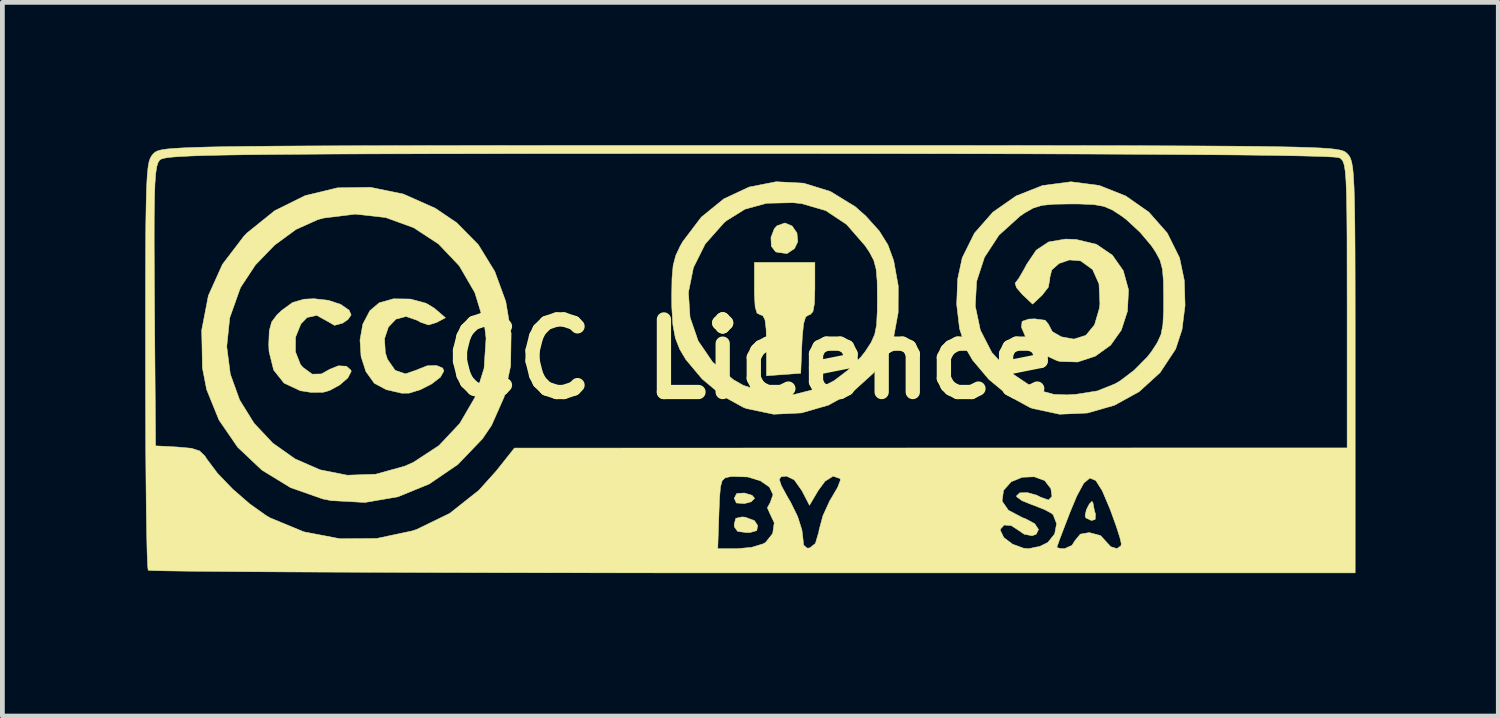
<source format=kicad_pcb>
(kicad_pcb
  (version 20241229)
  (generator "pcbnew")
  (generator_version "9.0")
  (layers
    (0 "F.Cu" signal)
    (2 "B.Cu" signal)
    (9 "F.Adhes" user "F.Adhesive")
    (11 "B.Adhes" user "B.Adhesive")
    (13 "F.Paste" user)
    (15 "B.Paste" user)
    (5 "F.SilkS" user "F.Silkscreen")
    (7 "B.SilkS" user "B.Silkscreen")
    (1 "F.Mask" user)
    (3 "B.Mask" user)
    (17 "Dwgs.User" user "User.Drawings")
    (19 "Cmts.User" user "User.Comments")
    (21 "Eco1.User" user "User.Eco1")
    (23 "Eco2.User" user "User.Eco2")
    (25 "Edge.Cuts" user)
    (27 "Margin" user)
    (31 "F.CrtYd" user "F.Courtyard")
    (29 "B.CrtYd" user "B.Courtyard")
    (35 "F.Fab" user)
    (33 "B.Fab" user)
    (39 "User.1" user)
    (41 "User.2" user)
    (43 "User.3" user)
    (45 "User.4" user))
  (footprint "CC Licence"
    (layer "F.Cu")
    (at 12.705 4.492)
    (property "Reference" "CC Licence" (at 0 0 0) (layer "F.SilkS") (effects (font (size 1.524 1.524) (thickness 0.3))))
    (attr through_hole)
    (fp_poly (pts (xy 0.036 2.858) (xy 0.09 2.921) (xy 0.017 2.994) (xy -0.124 3.032) (xy -0.293 3.019) (xy -0.339 2.921) (xy -0.285 2.819) (xy -0.124 2.81) (xy 0.036 2.858)) (stroke (width 0.01) (type solid)) (fill yes) (layer "F.SilkS"))
    (fp_poly (pts (xy 7.195 3.02) (xy 7.225 3.184) (xy 7.248 3.253) (xy 7.24 3.366) (xy 7.163 3.387) (xy 7.046 3.333) (xy 7.029 3.281) (xy 7.057 3.159) (xy 7.117 3.042) (xy 7.174 2.984) (xy 7.195 3.02)) (stroke (width 0.01) (type solid)) (fill yes) (layer "F.SilkS"))
    (fp_poly (pts (xy -0.107 3.318) (xy 0.086 3.39) (xy 0.154 3.493) (xy 0.135 3.599) (xy -0.001 3.638) (xy -0.078 3.641) (xy -0.266 3.616) (xy -0.335 3.522) (xy -0.339 3.466) (xy -0.305 3.341) (xy -0.174 3.312) (xy -0.107 3.318)) (stroke (width 0.01) (type solid)) (fill yes) (layer "F.SilkS"))
    (fp_poly (pts (xy 0.878 -2.796) (xy 0.979 -2.65) (xy 0.996 -2.467) (xy 0.928 -2.324) (xy 0.77 -2.217) (xy 0.557 -2.247) (xy 0.529 -2.257) (xy 0.441 -2.371) (xy 0.433 -2.556) (xy 0.503 -2.739) (xy 0.557 -2.8) (xy 0.726 -2.86) (xy 0.878 -2.796)) (stroke (width 0.01) (type solid)) (fill yes) (layer "F.SilkS"))
    (fp_poly (pts (xy 1.355 -1.482) (xy 1.346 -1.171) (xy 1.314 -0.998) (xy 1.254 -0.934) (xy 1.231 -0.931) (xy 1.162 -0.889) (xy 1.118 -0.744) (xy 1.091 -0.469) (xy 1.083 -0.318) (xy 1.058 0.296) (xy 0.699 0.322) (xy 0.339 0.348) (xy 0.339 -0.291) (xy 0.332 -0.628) (xy 0.308 -0.826) (xy 0.261 -0.916) (xy 0.212 -0.931) (xy 0.14 -0.968) (xy 0.101 -1.099) (xy 0.086 -1.357) (xy 0.085 -1.482) (xy 0.085 -2.032) (xy 1.355 -2.032) (xy 1.355 -1.482)) (stroke (width 0.01) (type solid)) (fill yes) (layer "F.SilkS"))
    (fp_poly (pts (xy -7.138 -1.263) (xy -6.807 -1.174) (xy -6.635 -1.07) (xy -6.402 -0.87) (xy -6.587 -0.771) (xy -6.758 -0.719) (xy -6.932 -0.779) (xy -6.988 -0.814) (xy -7.229 -0.897) (xy -7.44 -0.841) (xy -7.599 -0.676) (xy -7.681 -0.431) (xy -7.664 -0.136) (xy -7.619 0.003) (xy -7.458 0.234) (xy -7.241 0.308) (xy -6.986 0.22) (xy -6.977 0.214) (xy -6.787 0.139) (xy -6.593 0.131) (xy -6.46 0.186) (xy -6.435 0.247) (xy -6.508 0.378) (xy -6.691 0.519) (xy -6.928 0.64) (xy -7.164 0.713) (xy -7.324 0.714) (xy -7.464 0.681) (xy -7.644 0.64) (xy -7.894 0.507) (xy -8.072 0.26) (xy -8.174 -0.057) (xy -8.196 -0.404) (xy -8.136 -0.738) (xy -7.988 -1.019) (xy -7.794 -1.183) (xy -7.493 -1.268) (xy -7.138 -1.263)) (stroke (width 0.01) (type solid)) (fill yes) (layer "F.SilkS"))
    (fp_poly (pts (xy -8.859 -1.236) (xy -8.598 -1.149) (xy -8.425 -1.028) (xy -8.382 -0.93) (xy -8.448 -0.834) (xy -8.558 -0.758) (xy -8.732 -0.711) (xy -8.883 -0.798) (xy -9.104 -0.92) (xy -9.308 -0.875) (xy -9.436 -0.743) (xy -9.549 -0.463) (xy -9.551 -0.154) (xy -9.446 0.112) (xy -9.398 0.169) (xy -9.2 0.314) (xy -9.007 0.31) (xy -8.831 0.212) (xy -8.65 0.139) (xy -8.48 0.148) (xy -8.386 0.231) (xy -8.382 0.26) (xy -8.452 0.394) (xy -8.622 0.541) (xy -8.834 0.657) (xy -8.965 0.694) (xy -9.224 0.697) (xy -9.45 0.662) (xy -9.791 0.502) (xy -10.009 0.228) (xy -10.106 -0.163) (xy -10.112 -0.31) (xy -10.101 -0.596) (xy -10.051 -0.781) (xy -9.937 -0.933) (xy -9.838 -1.026) (xy -9.612 -1.19) (xy -9.371 -1.26) (xy -9.162 -1.27) (xy -8.859 -1.236)) (stroke (width 0.01) (type solid)) (fill yes) (layer "F.SilkS"))
    (fp_poly (pts (xy 6.837 -2.515) (xy 7.267 -2.412) (xy 7.602 -2.184) (xy 7.831 -1.858) (xy 7.941 -1.458) (xy 7.919 -1.009) (xy 7.79 -0.611) (xy 7.565 -0.294) (xy 7.243 -0.063) (xy 6.872 0.059) (xy 6.501 0.048) (xy 6.435 0.029) (xy 6.061 -0.144) (xy 5.826 -0.379) (xy 5.792 -0.437) (xy 5.693 -0.669) (xy 5.706 -0.794) (xy 5.846 -0.842) (xy 5.969 -0.847) (xy 6.19 -0.818) (xy 6.265 -0.728) (xy 6.265 -0.723) (xy 6.341 -0.578) (xy 6.533 -0.469) (xy 6.788 -0.423) (xy 6.797 -0.423) (xy 7.046 -0.501) (xy 7.227 -0.721) (xy 7.329 -1.067) (xy 7.34 -1.163) (xy 7.321 -1.581) (xy 7.187 -1.882) (xy 6.942 -2.06) (xy 6.926 -2.066) (xy 6.7 -2.084) (xy 6.483 -2.01) (xy 6.329 -1.874) (xy 6.287 -1.705) (xy 6.29 -1.692) (xy 6.258 -1.513) (xy 6.129 -1.346) (xy 5.927 -1.156) (xy 5.714 -1.356) (xy 5.59 -1.5) (xy 5.559 -1.595) (xy 5.566 -1.603) (xy 5.641 -1.703) (xy 5.753 -1.897) (xy 5.8 -1.988) (xy 6.004 -2.29) (xy 6.264 -2.462) (xy 6.616 -2.522) (xy 6.837 -2.515)) (stroke (width 0.01) (type solid)) (fill yes) (layer "F.SilkS"))
    (fp_poly (pts (xy -7.285 -3.467) (xy -6.616 -3.17) (xy -6.167 -2.866) (xy -5.711 -2.404) (xy -5.366 -1.842) (xy -5.135 -1.211) (xy -5.023 -0.541) (xy -5.033 0.137) (xy -5.169 0.791) (xy -5.434 1.391) (xy -5.624 1.671) (xy -6.142 2.211) (xy -6.742 2.62) (xy -7.399 2.889) (xy -8.092 3.008) (xy -8.797 2.97) (xy -8.975 2.935) (xy -9.654 2.697) (xy -10.257 2.328) (xy -10.765 1.848) (xy -11.157 1.277) (xy -11.416 0.638) (xy -11.505 0.182) (xy -11.513 -0.266) (xy -10.994 -0.266) (xy -10.919 0.314) (xy -10.723 0.857) (xy -10.421 1.344) (xy -10.028 1.762) (xy -9.56 2.093) (xy -9.034 2.323) (xy -8.464 2.436) (xy -7.866 2.415) (xy -7.256 2.246) (xy -7.076 2.166) (xy -6.537 1.813) (xy -6.1 1.348) (xy -5.78 0.798) (xy -5.591 0.193) (xy -5.549 -0.438) (xy -5.586 -0.747) (xy -5.785 -1.399) (xy -6.112 -1.961) (xy -6.547 -2.419) (xy -7.069 -2.761) (xy -7.659 -2.975) (xy -8.295 -3.046) (xy -8.958 -2.964) (xy -9.081 -2.931) (xy -9.539 -2.725) (xy -9.991 -2.394) (xy -10.392 -1.979) (xy -10.696 -1.518) (xy -10.714 -1.481) (xy -10.931 -0.87) (xy -10.994 -0.266) (xy -11.513 -0.266) (xy -11.52 -0.609) (xy -11.38 -1.334) (xy -11.084 -1.992) (xy -10.635 -2.581) (xy -10.566 -2.652) (xy -9.987 -3.118) (xy -9.349 -3.434) (xy -8.672 -3.598) (xy -7.978 -3.609) (xy -7.285 -3.467)) (stroke (width 0.01) (type solid)) (fill yes) (layer "F.SilkS"))
    (fp_poly (pts (xy 1.118 -3.696) (xy 1.681 -3.522) (xy 2.206 -3.2) (xy 2.428 -3.002) (xy 2.708 -2.691) (xy 2.889 -2.4) (xy 3.01 -2.07) (xy 3.106 -1.537) (xy 3.104 -0.979) (xy 3.009 -0.46) (xy 2.914 -0.208) (xy 2.592 0.285) (xy 2.156 0.68) (xy 1.64 0.965) (xy 1.073 1.128) (xy 0.489 1.156) (xy -0.082 1.036) (xy -0.145 1.012) (xy -0.591 0.767) (xy -1.013 0.414) (xy -1.356 0.005) (xy -1.484 -0.212) (xy -1.574 -0.443) (xy -1.626 -0.72) (xy -1.649 -1.091) (xy -1.651 -1.312) (xy -1.65 -1.402) (xy -1.3 -1.402) (xy -1.266 -0.879) (xy -1.095 -0.383) (xy -0.791 0.062) (xy -0.357 0.43) (xy -0.151 0.548) (xy 0.375 0.724) (xy 0.924 0.741) (xy 1.464 0.603) (xy 1.759 0.452) (xy 2.048 0.232) (xy 2.319 -0.042) (xy 2.41 -0.157) (xy 2.535 -0.348) (xy 2.611 -0.518) (xy 2.651 -0.719) (xy 2.665 -1.003) (xy 2.667 -1.27) (xy 2.663 -1.64) (xy 2.641 -1.892) (xy 2.592 -2.077) (xy 2.501 -2.248) (xy 2.411 -2.382) (xy 2.022 -2.829) (xy 1.584 -3.12) (xy 1.078 -3.267) (xy 0.896 -3.286) (xy 0.342 -3.274) (xy -0.113 -3.15) (xy -0.506 -2.905) (xy -0.554 -2.864) (xy -0.947 -2.42) (xy -1.195 -1.923) (xy -1.3 -1.402) (xy -1.65 -1.402) (xy -1.645 -1.697) (xy -1.621 -1.966) (xy -1.567 -2.174) (xy -1.473 -2.374) (xy -1.419 -2.469) (xy -1.029 -2.983) (xy -0.556 -3.367) (xy -0.025 -3.615) (xy 0.542 -3.726) (xy 1.118 -3.696)) (stroke (width 0.01) (type solid)) (fill yes) (layer "F.SilkS"))
    (fp_poly (pts (xy 7.326 -3.648) (xy 7.881 -3.428) (xy 8.368 -3.088) (xy 8.755 -2.648) (xy 9.013 -2.129) (xy 9.013 -2.128) (xy 9.112 -1.654) (xy 9.128 -1.129) (xy 9.064 -0.621) (xy 8.931 -0.214) (xy 8.603 0.283) (xy 8.164 0.682) (xy 7.645 0.968) (xy 7.078 1.13) (xy 6.493 1.156) (xy 5.921 1.033) (xy 5.866 1.012) (xy 5.425 0.77) (xy 5.006 0.422) (xy 4.667 0.019) (xy 4.532 -0.212) (xy 4.393 -0.642) (xy 4.337 -1.116) (xy 4.723 -1.116) (xy 4.83 -0.609) (xy 5.071 -0.14) (xy 5.445 0.267) (xy 5.846 0.535) (xy 6.136 0.674) (xy 6.375 0.739) (xy 6.648 0.749) (xy 6.841 0.737) (xy 7.285 0.667) (xy 7.657 0.518) (xy 7.77 0.452) (xy 8.059 0.232) (xy 8.331 -0.042) (xy 8.422 -0.157) (xy 8.546 -0.348) (xy 8.623 -0.518) (xy 8.662 -0.719) (xy 8.677 -1.003) (xy 8.678 -1.27) (xy 8.674 -1.64) (xy 8.653 -1.892) (xy 8.603 -2.077) (xy 8.512 -2.248) (xy 8.422 -2.382) (xy 8.187 -2.661) (xy 7.901 -2.927) (xy 7.801 -3.003) (xy 7.604 -3.132) (xy 7.427 -3.208) (xy 7.216 -3.246) (xy 6.915 -3.259) (xy 6.731 -3.26) (xy 6.371 -3.254) (xy 6.125 -3.23) (xy 5.939 -3.173) (xy 5.758 -3.07) (xy 5.661 -3.003) (xy 5.219 -2.603) (xy 4.916 -2.138) (xy 4.751 -1.633) (xy 4.723 -1.116) (xy 4.337 -1.116) (xy 4.333 -1.155) (xy 4.353 -1.681) (xy 4.449 -2.128) (xy 4.706 -2.647) (xy 5.093 -3.087) (xy 5.579 -3.427) (xy 6.135 -3.647) (xy 6.73 -3.725) (xy 6.731 -3.725) (xy 7.326 -3.648)) (stroke (width 0.01) (type solid)) (fill yes) (layer "F.SilkS"))
    (fp_poly (pts (xy 1.689 -4.487) (xy 3.217 -4.487) (xy 4.591 -4.487) (xy 5.821 -4.486) (xy 6.915 -4.485) (xy 7.88 -4.483) (xy 8.725 -4.48) (xy 9.458 -4.477) (xy 10.088 -4.473) (xy 10.622 -4.468) (xy 11.068 -4.461) (xy 11.436 -4.454) (xy 11.732 -4.445) (xy 11.966 -4.435) (xy 12.146 -4.423) (xy 12.279 -4.409) (xy 12.374 -4.393) (xy 12.439 -4.376) (xy 12.483 -4.357) (xy 12.512 -4.335) (xy 12.531 -4.318) (xy 12.569 -4.276) (xy 12.6 -4.221) (xy 12.626 -4.139) (xy 12.648 -4.018) (xy 12.664 -3.841) (xy 12.677 -3.594) (xy 12.686 -3.265) (xy 12.693 -2.838) (xy 12.697 -2.298) (xy 12.699 -1.633) (xy 12.7 -0.828) (xy 12.7 0.133) (xy 12.7 0.169) (xy 12.7 4.487) (xy 0.056 4.487) (xy -1.394 4.487) (xy -2.797 4.486) (xy -4.146 4.484) (xy -5.429 4.482) (xy -6.638 4.479) (xy -7.763 4.475) (xy -8.796 4.471) (xy -9.726 4.467) (xy -10.545 4.462) (xy -11.243 4.456) (xy -11.811 4.451) (xy -12.239 4.445) (xy -12.518 4.439) (xy -12.639 4.432) (xy -12.644 4.431) (xy -12.655 4.338) (xy -12.665 4.091) (xy -12.668 3.979) (xy -0.684 3.979) (xy -0.276 3.979) (xy 0.025 3.951) (xy 0.269 3.877) (xy 0.32 3.848) (xy 0.469 3.661) (xy 0.502 3.435) (xy 0.41 3.238) (xy 0.357 3.12) (xy 0.416 3.015) (xy 0.477 2.844) (xy 0.4 2.684) (xy 0.213 2.554) (xy 0.116 2.524) (xy 0.608 2.524) (xy 0.65 2.654) (xy 0.777 2.887) (xy 0.847 3.006) (xy 0.993 3.303) (xy 1.083 3.585) (xy 1.099 3.71) (xy 1.119 3.904) (xy 1.192 3.967) (xy 1.249 3.963) (xy 1.366 3.869) (xy 1.437 3.631) (xy 1.443 3.594) (xy 5.249 3.594) (xy 5.323 3.746) (xy 5.506 3.884) (xy 5.738 3.969) (xy 5.842 3.979) (xy 5.968 3.953) (xy 6.435 3.953) (xy 6.506 3.975) (xy 6.598 3.979) (xy 6.754 3.908) (xy 6.816 3.81) (xy 6.928 3.674) (xy 7.115 3.641) (xy 7.353 3.703) (xy 7.451 3.81) (xy 7.567 3.937) (xy 7.697 3.977) (xy 7.781 3.92) (xy 7.789 3.872) (xy 7.76 3.746) (xy 7.684 3.509) (xy 7.575 3.207) (xy 7.546 3.131) (xy 7.389 2.761) (xy 7.255 2.549) (xy 7.13 2.495) (xy 7.001 2.603) (xy 6.855 2.872) (xy 6.713 3.213) (xy 6.591 3.53) (xy 6.495 3.781) (xy 6.442 3.93) (xy 6.435 3.953) (xy 5.968 3.953) (xy 6.081 3.93) (xy 6.246 3.848) (xy 6.39 3.67) (xy 6.431 3.453) (xy 6.359 3.267) (xy 6.329 3.239) (xy 6.182 3.159) (xy 5.955 3.069) (xy 5.905 3.052) (xy 5.704 2.97) (xy 5.595 2.89) (xy 5.588 2.872) (xy 5.656 2.807) (xy 5.818 2.802) (xy 6.012 2.855) (xy 6.093 2.897) (xy 6.262 2.957) (xy 6.334 2.881) (xy 6.31 2.716) (xy 6.18 2.548) (xy 5.962 2.469) (xy 5.71 2.479) (xy 5.477 2.574) (xy 5.319 2.752) (xy 5.316 2.757) (xy 5.286 2.981) (xy 5.418 3.171) (xy 5.715 3.328) (xy 5.781 3.352) (xy 5.972 3.455) (xy 6.051 3.576) (xy 6.002 3.675) (xy 5.916 3.707) (xy 5.749 3.674) (xy 5.647 3.603) (xy 5.48 3.494) (xy 5.33 3.482) (xy 5.252 3.567) (xy 5.249 3.594) (xy 1.443 3.594) (xy 1.444 3.584) (xy 1.524 3.288) (xy 1.665 2.978) (xy 1.714 2.896) (xy 1.835 2.689) (xy 1.89 2.543) (xy 1.886 2.507) (xy 1.738 2.456) (xy 1.568 2.563) (xy 1.422 2.762) (xy 1.242 3.068) (xy 1.084 2.762) (xy 0.923 2.534) (xy 0.76 2.455) (xy 0.646 2.468) (xy 0.608 2.524) (xy 0.116 2.524) (xy -0.053 2.473) (xy -0.367 2.462) (xy -0.433 2.469) (xy -0.53 2.492) (xy -0.592 2.552) (xy -0.627 2.682) (xy -0.647 2.916) (xy -0.659 3.239) (xy -0.684 3.979) (xy -12.668 3.979) (xy -12.674 3.708) (xy -12.683 3.204) (xy -12.689 2.596) (xy -12.695 1.9) (xy -12.698 1.133) (xy -12.7 0.309) (xy -12.7 0.113) (xy -12.7 -0.846) (xy -12.699 -1.65) (xy -12.697 -2.314) (xy -12.696 -2.471) (xy -12.518 -2.471) (xy -12.515 -1.811) (xy -12.511 -1.115) (xy -12.488 1.82) (xy -12.018 1.845) (xy -11.734 1.871) (xy -11.564 1.926) (xy -11.453 2.034) (xy -11.411 2.099) (xy -11.189 2.395) (xy -10.872 2.725) (xy -10.513 3.037) (xy -10.164 3.285) (xy -10.083 3.332) (xy -9.374 3.625) (xy -8.616 3.77) (xy -7.845 3.764) (xy -7.097 3.605) (xy -7.002 3.573) (xy -6.311 3.237) (xy -5.699 2.752) (xy -5.334 2.346) (xy -4.953 1.866) (xy 3.789 1.864) (xy 12.531 1.863) (xy 12.531 -1.14) (xy 12.53 -1.933) (xy 12.529 -2.573) (xy 12.525 -3.078) (xy 12.518 -3.464) (xy 12.507 -3.748) (xy 12.491 -3.948) (xy 12.47 -4.079) (xy 12.441 -4.159) (xy 12.406 -4.205) (xy 12.367 -4.23) (xy 12.262 -4.244) (xy 12.001 -4.257) (xy 11.581 -4.268) (xy 11.004 -4.279) (xy 10.266 -4.288) (xy 9.367 -4.295) (xy 8.306 -4.302) (xy 7.081 -4.308) (xy 5.692 -4.312) (xy 4.138 -4.315) (xy 2.417 -4.317) (xy 0.528 -4.318) (xy -0.031 -4.318) (xy -1.722 -4.318) (xy -3.251 -4.317) (xy -4.627 -4.317) (xy -5.859 -4.315) (xy -6.953 -4.313) (xy -7.918 -4.311) (xy -8.763 -4.308) (xy -9.494 -4.303) (xy -10.121 -4.298) (xy -10.651 -4.292) (xy -11.092 -4.285) (xy -11.453 -4.277) (xy -11.742 -4.267) (xy -11.966 -4.256) (xy -12.134 -4.244) (xy -12.254 -4.23) (xy -12.333 -4.214) (xy -12.381 -4.197) (xy -12.399 -4.184) (xy -12.435 -4.132) (xy -12.463 -4.043) (xy -12.485 -3.902) (xy -12.501 -3.692) (xy -12.511 -3.394) (xy -12.517 -2.993) (xy -12.518 -2.471) (xy -12.696 -2.471) (xy -12.693 -2.851) (xy -12.686 -3.276) (xy -12.677 -3.603) (xy -12.664 -3.847) (xy -12.647 -4.023) (xy -12.626 -4.143) (xy -12.599 -4.223) (xy -12.567 -4.277) (xy -12.531 -4.318) (xy -12.505 -4.341) (xy -12.473 -4.362) (xy -12.424 -4.381) (xy -12.352 -4.398) (xy -12.248 -4.413) (xy -12.103 -4.426) (xy -11.91 -4.437) (xy -11.66 -4.447) (xy -11.346 -4.456) (xy -10.958 -4.463) (xy -10.489 -4.469) (xy -9.931 -4.474) (xy -9.275 -4.478) (xy -8.513 -4.481) (xy -7.636 -4.483) (xy -6.638 -4.485) (xy -5.509 -4.486) (xy -4.242 -4.487) (xy -2.827 -4.487) (xy -1.258 -4.487) (xy 0 -4.487) (xy 1.689 -4.487)) (stroke (width 0.01) (type solid)) (fill yes) (layer "F.SilkS")))
  (gr_rect
    (start -3 -3)
    (end 28.41 11.985)
    (stroke (width 0.1) (type default))
    (fill no)
    (layer "Edge.Cuts")))
</source>
